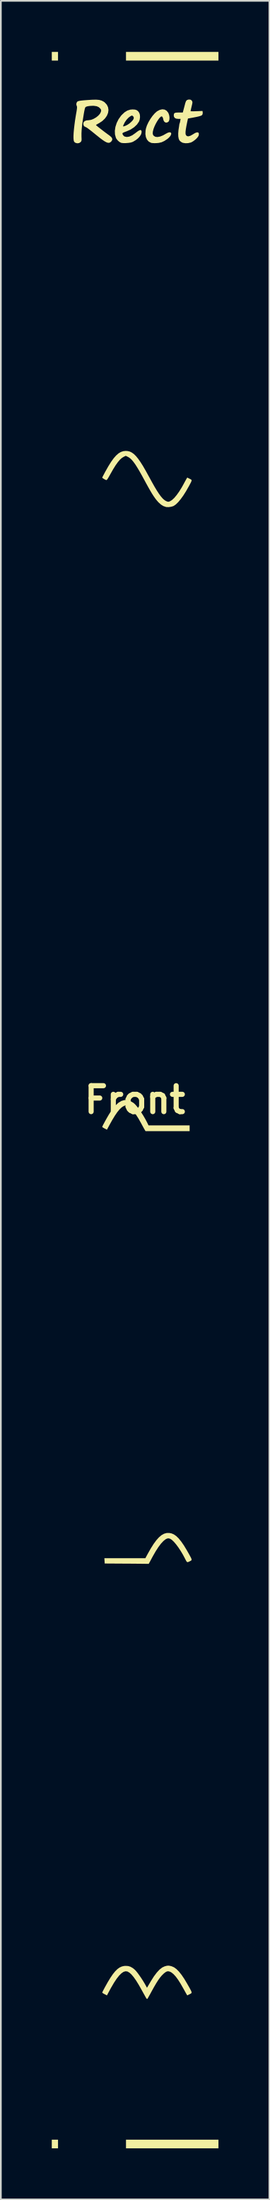
<source format=kicad_pcb>
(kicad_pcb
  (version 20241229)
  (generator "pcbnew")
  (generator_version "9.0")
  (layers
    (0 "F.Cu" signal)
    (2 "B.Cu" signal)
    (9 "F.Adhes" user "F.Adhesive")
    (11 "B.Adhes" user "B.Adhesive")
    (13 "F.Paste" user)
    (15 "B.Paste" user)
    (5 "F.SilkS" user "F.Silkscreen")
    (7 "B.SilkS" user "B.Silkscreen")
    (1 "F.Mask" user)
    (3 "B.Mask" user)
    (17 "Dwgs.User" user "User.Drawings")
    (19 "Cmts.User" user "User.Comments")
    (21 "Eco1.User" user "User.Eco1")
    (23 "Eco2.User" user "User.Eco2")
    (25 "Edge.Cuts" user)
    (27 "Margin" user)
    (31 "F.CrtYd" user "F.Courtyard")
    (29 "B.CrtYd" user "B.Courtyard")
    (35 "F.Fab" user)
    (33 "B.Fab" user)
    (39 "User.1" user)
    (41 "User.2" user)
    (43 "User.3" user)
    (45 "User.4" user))
  (footprint "Front"
    (layer "F.Cu")
    (at 4.893 61.565)
    (property "Reference" "Front" (at 0 0 0) (layer "F.SilkS") (effects (font (size 1.524 1.524) (thickness 0.3))))
    (attr board_only exclude_from_pos_files exclude_from_bom)
    (fp_poly (pts (xy -4.526 -61.056) (xy -4.893 -61.056) (xy -4.893 -61.565) (xy -4.526 -61.565)) (stroke (width 0) (type solid)) (fill yes) (layer "F.SilkS"))
    (fp_poly (pts (xy -4.526 61.593) (xy -4.893 61.593) (xy -4.893 61.084) (xy -4.526 61.084)) (stroke (width 0) (type solid)) (fill yes) (layer "F.SilkS"))
    (fp_poly (pts (xy 4.922 -61.056) (xy -0.523 -61.056) (xy -0.523 -61.565) (xy 4.922 -61.565)) (stroke (width 0) (type solid)) (fill yes) (layer "F.SilkS"))
    (fp_poly (pts (xy 4.922 61.593) (xy -0.523 61.593) (xy -0.523 61.084) (xy 4.922 61.084)) (stroke (width 0) (type solid)) (fill yes) (layer "F.SilkS"))
    (fp_poly (pts (xy -0.443 0.013) (xy -0.264 0.069) (xy -0.082 0.177) (xy -0.063 0.192) (xy 0.027 0.275) (xy 0.135 0.401) (xy 0.254 0.559) (xy 0.379 0.741) (xy 0.503 0.936) (xy 0.62 1.137) (xy 0.724 1.334) (xy 0.726 1.34) (xy 0.804 1.497) (xy 3.224 1.497) (xy 3.224 1.836) (xy 0.627 1.836) (xy 0.572 1.745) (xy 0.535 1.68) (xy 0.48 1.581) (xy 0.417 1.465) (xy 0.382 1.399) (xy 0.21 1.094) (xy 0.046 0.839) (xy -0.11 0.633) (xy -0.255 0.478) (xy -0.39 0.376) (xy -0.444 0.349) (xy -0.509 0.326) (xy -0.562 0.326) (xy -0.628 0.35) (xy -0.667 0.368) (xy -0.781 0.442) (xy -0.902 0.558) (xy -1.034 0.718) (xy -1.177 0.926) (xy -1.333 1.183) (xy -1.497 1.476) (xy -1.645 1.751) (xy -1.784 1.68) (xy -1.861 1.637) (xy -1.911 1.602) (xy -1.923 1.586) (xy -1.91 1.55) (xy -1.874 1.475) (xy -1.819 1.371) (xy -1.753 1.248) (xy -1.679 1.115) (xy -1.603 0.983) (xy -1.532 0.861) (xy -1.506 0.819) (xy -1.325 0.547) (xy -1.146 0.331) (xy -0.97 0.169) (xy -0.795 0.063) (xy -0.619 0.011)) (stroke (width 0) (type solid)) (fill yes) (layer "F.SilkS"))
    (fp_poly (pts (xy 1.752 -58.177) (xy 1.869 -58.11) (xy 1.962 -57.996) (xy 1.972 -57.979) (xy 2.016 -57.86) (xy 2.038 -57.731) (xy 2.035 -57.608) (xy 2.008 -57.509) (xy 1.98 -57.468) (xy 1.897 -57.417) (xy 1.812 -57.415) (xy 1.738 -57.458) (xy 1.688 -57.542) (xy 1.68 -57.574) (xy 1.649 -57.696) (xy 1.608 -57.764) (xy 1.571 -57.779) (xy 1.519 -57.754) (xy 1.452 -57.687) (xy 1.375 -57.586) (xy 1.296 -57.463) (xy 1.22 -57.325) (xy 1.153 -57.183) (xy 1.101 -57.047) (xy 1.092 -57.018) (xy 1.057 -56.876) (xy 1.05 -56.771) (xy 1.071 -56.692) (xy 1.116 -56.633) (xy 1.21 -56.578) (xy 1.335 -56.566) (xy 1.486 -56.594) (xy 1.658 -56.663) (xy 1.823 -56.757) (xy 1.948 -56.822) (xy 2.044 -56.845) (xy 2.108 -56.831) (xy 2.139 -56.787) (xy 2.135 -56.719) (xy 2.093 -56.633) (xy 2.012 -56.536) (xy 1.915 -56.452) (xy 1.741 -56.336) (xy 1.578 -56.26) (xy 1.406 -56.219) (xy 1.259 -56.206) (xy 1.141 -56.205) (xy 1.037 -56.21) (xy 0.966 -56.22) (xy 0.959 -56.222) (xy 0.819 -56.295) (xy 0.715 -56.409) (xy 0.648 -56.559) (xy 0.619 -56.742) (xy 0.63 -56.953) (xy 0.653 -57.072) (xy 0.709 -57.245) (xy 0.798 -57.434) (xy 0.911 -57.626) (xy 1.038 -57.805) (xy 1.171 -57.958) (xy 1.3 -58.072) (xy 1.309 -58.078) (xy 1.466 -58.161) (xy 1.615 -58.194)) (stroke (width 0) (type solid)) (fill yes) (layer "F.SilkS"))
    (fp_poly (pts (xy 2.162 25.469) (xy 2.298 25.527) (xy 2.436 25.623) (xy 2.578 25.761) (xy 2.727 25.943) (xy 2.886 26.172) (xy 3.056 26.452) (xy 3.125 26.573) (xy 3.215 26.733) (xy 3.28 26.852) (xy 3.321 26.936) (xy 3.34 26.994) (xy 3.337 27.032) (xy 3.315 27.06) (xy 3.275 27.084) (xy 3.226 27.108) (xy 3.153 27.144) (xy 3.102 27.157) (xy 3.064 27.141) (xy 3.025 27.089) (xy 2.976 26.995) (xy 2.957 26.958) (xy 2.829 26.717) (xy 2.693 26.49) (xy 2.554 26.282) (xy 2.418 26.101) (xy 2.29 25.953) (xy 2.174 25.844) (xy 2.086 25.787) (xy 1.993 25.758) (xy 1.904 25.767) (xy 1.806 25.815) (xy 1.691 25.907) (xy 1.669 25.927) (xy 1.533 26.073) (xy 1.385 26.271) (xy 1.225 26.518) (xy 1.056 26.813) (xy 0.991 26.933) (xy 0.926 27.054) (xy 0.871 27.155) (xy 0.832 27.226) (xy 0.812 27.257) (xy 0.811 27.258) (xy 0.782 27.256) (xy 0.703 27.255) (xy 0.579 27.253) (xy 0.414 27.251) (xy 0.216 27.249) (xy -0.011 27.247) (xy -0.26 27.245) (xy -0.485 27.244) (xy -1.777 27.236) (xy -1.786 27.081) (xy -1.796 26.926) (xy -0.589 26.926) (xy 0.617 26.926) (xy 0.749 26.681) (xy 0.932 26.358) (xy 1.103 26.087) (xy 1.265 25.867) (xy 1.421 25.694) (xy 1.572 25.568) (xy 1.722 25.485) (xy 1.873 25.444) (xy 2.027 25.442)) (stroke (width 0) (type solid)) (fill yes) (layer "F.SilkS"))
    (fp_poly (pts (xy 0.013 -58.176) (xy 0.125 -58.135) (xy 0.21 -58.058) (xy 0.263 -57.974) (xy 0.296 -57.865) (xy 0.303 -57.73) (xy 0.284 -57.589) (xy 0.242 -57.471) (xy 0.123 -57.298) (xy -0.043 -57.142) (xy -0.247 -57.007) (xy -0.481 -56.902) (xy -0.513 -56.891) (xy -0.613 -56.854) (xy -0.69 -56.819) (xy -0.729 -56.792) (xy -0.731 -56.789) (xy -0.725 -56.73) (xy -0.685 -56.662) (xy -0.624 -56.606) (xy -0.604 -56.595) (xy -0.476 -56.568) (xy -0.329 -56.59) (xy -0.167 -56.661) (xy 0.005 -56.778) (xy 0.011 -56.783) (xy 0.149 -56.888) (xy 0.251 -56.953) (xy 0.324 -56.978) (xy 0.369 -56.963) (xy 0.392 -56.91) (xy 0.396 -56.847) (xy 0.37 -56.736) (xy 0.299 -56.615) (xy 0.192 -56.495) (xy 0.055 -56.385) (xy -0.102 -56.292) (xy -0.156 -56.268) (xy -0.254 -56.239) (xy -0.386 -56.219) (xy -0.531 -56.208) (xy -0.67 -56.207) (xy -0.781 -56.218) (xy -0.811 -56.226) (xy -0.911 -56.278) (xy -1.01 -56.365) (xy -1.091 -56.467) (xy -1.119 -56.522) (xy -1.172 -56.717) (xy -1.18 -56.933) (xy -1.146 -57.161) (xy -1.132 -57.204) (xy -0.695 -57.204) (xy -0.682 -57.188) (xy -0.63 -57.198) (xy -0.558 -57.224) (xy -0.467 -57.268) (xy -0.428 -57.289) (xy -0.316 -57.366) (xy -0.211 -57.457) (xy -0.126 -57.55) (xy -0.075 -57.632) (xy -0.068 -57.653) (xy -0.068 -57.729) (xy -0.106 -57.784) (xy -0.15 -57.82) (xy -0.19 -57.822) (xy -0.246 -57.797) (xy -0.367 -57.711) (xy -0.487 -57.585) (xy -0.593 -57.433) (xy -0.673 -57.271) (xy -0.678 -57.26) (xy -0.695 -57.204) (xy -1.132 -57.204) (xy -1.072 -57.39) (xy -0.962 -57.611) (xy -0.817 -57.814) (xy -0.773 -57.864) (xy -0.609 -58.017) (xy -0.446 -58.119) (xy -0.275 -58.173) (xy -0.138 -58.186)) (stroke (width 0) (type solid)) (fill yes) (layer "F.SilkS"))
    (fp_poly (pts (xy 3.281 -58.758) (xy 3.335 -58.722) (xy 3.356 -58.694) (xy 3.378 -58.657) (xy 3.388 -58.618) (xy 3.386 -58.565) (xy 3.371 -58.485) (xy 3.342 -58.363) (xy 3.342 -58.362) (xy 3.315 -58.248) (xy 3.294 -58.155) (xy 3.282 -58.098) (xy 3.281 -58.085) (xy 3.307 -58.08) (xy 3.38 -58.077) (xy 3.487 -58.078) (xy 3.618 -58.082) (xy 3.631 -58.082) (xy 3.98 -58.097) (xy 3.994 -58.024) (xy 3.993 -57.941) (xy 3.976 -57.885) (xy 3.953 -57.854) (xy 3.914 -57.827) (xy 3.849 -57.801) (xy 3.753 -57.774) (xy 3.618 -57.744) (xy 3.436 -57.709) (xy 3.394 -57.701) (xy 3.126 -57.652) (xy 3.077 -57.425) (xy 3.031 -57.196) (xy 3 -57.015) (xy 2.984 -56.876) (xy 2.983 -56.774) (xy 2.996 -56.703) (xy 3.003 -56.687) (xy 3.061 -56.622) (xy 3.148 -56.605) (xy 3.263 -56.636) (xy 3.404 -56.714) (xy 3.427 -56.73) (xy 3.555 -56.805) (xy 3.656 -56.839) (xy 3.728 -56.832) (xy 3.765 -56.784) (xy 3.766 -56.697) (xy 3.758 -56.658) (xy 3.716 -56.578) (xy 3.637 -56.485) (xy 3.535 -56.392) (xy 3.423 -56.31) (xy 3.316 -56.251) (xy 3.291 -56.242) (xy 3.134 -56.206) (xy 2.974 -56.2) (xy 2.833 -56.223) (xy 2.774 -56.246) (xy 2.693 -56.3) (xy 2.627 -56.364) (xy 2.623 -56.369) (xy 2.581 -56.464) (xy 2.556 -56.602) (xy 2.552 -56.772) (xy 2.567 -56.964) (xy 2.575 -57.021) (xy 2.593 -57.134) (xy 2.607 -57.23) (xy 2.615 -57.29) (xy 2.616 -57.299) (xy 2.629 -57.356) (xy 2.636 -57.369) (xy 2.65 -57.413) (xy 2.667 -57.488) (xy 2.672 -57.515) (xy 2.691 -57.632) (xy 2.564 -57.63) (xy 2.43 -57.645) (xy 2.341 -57.694) (xy 2.296 -57.777) (xy 2.291 -57.83) (xy 2.297 -57.908) (xy 2.321 -57.959) (xy 2.373 -57.988) (xy 2.463 -58.002) (xy 2.591 -58.005) (xy 2.822 -58.005) (xy 2.88 -58.224) (xy 2.913 -58.347) (xy 2.944 -58.465) (xy 2.967 -58.556) (xy 2.969 -58.561) (xy 3.01 -58.673) (xy 3.068 -58.738) (xy 3.153 -58.765) (xy 3.198 -58.768)) (stroke (width 0) (type solid)) (fill yes) (layer "F.SilkS"))
    (fp_poly (pts (xy 2.053 50.869) (xy 2.167 50.898) (xy 2.172 50.9) (xy 2.309 50.96) (xy 2.449 51.062) (xy 2.595 51.208) (xy 2.749 51.401) (xy 2.913 51.642) (xy 3.088 51.936) (xy 3.125 52.001) (xy 3.216 52.161) (xy 3.28 52.28) (xy 3.321 52.364) (xy 3.34 52.422) (xy 3.337 52.461) (xy 3.315 52.488) (xy 3.274 52.513) (xy 3.224 52.538) (xy 3.085 52.608) (xy 3.046 52.545) (xy 3.017 52.495) (xy 2.968 52.408) (xy 2.907 52.298) (xy 2.847 52.191) (xy 2.685 51.909) (xy 2.538 51.679) (xy 2.402 51.496) (xy 2.275 51.359) (xy 2.156 51.263) (xy 2.085 51.224) (xy 1.992 51.193) (xy 1.908 51.194) (xy 1.821 51.232) (xy 1.718 51.31) (xy 1.679 51.346) (xy 1.58 51.444) (xy 1.481 51.563) (xy 1.376 51.709) (xy 1.262 51.887) (xy 1.134 52.105) (xy 0.998 52.349) (xy 0.919 52.494) (xy 0.848 52.621) (xy 0.79 52.723) (xy 0.751 52.791) (xy 0.734 52.816) (xy 0.706 52.813) (xy 0.67 52.774) (xy 0.642 52.727) (xy 0.594 52.641) (xy 0.529 52.524) (xy 0.453 52.388) (xy 0.397 52.286) (xy 0.226 51.984) (xy 0.071 51.734) (xy -0.071 51.534) (xy -0.2 51.381) (xy -0.318 51.274) (xy -0.427 51.21) (xy -0.447 51.202) (xy -0.554 51.191) (xy -0.669 51.226) (xy -0.793 51.311) (xy -0.927 51.444) (xy -1.073 51.629) (xy -1.23 51.865) (xy -1.4 52.154) (xy -1.503 52.341) (xy -1.645 52.607) (xy -1.784 52.536) (xy -1.861 52.494) (xy -1.911 52.458) (xy -1.923 52.442) (xy -1.911 52.41) (xy -1.876 52.338) (xy -1.824 52.239) (xy -1.766 52.13) (xy -1.595 51.825) (xy -1.439 51.569) (xy -1.295 51.359) (xy -1.16 51.192) (xy -1.031 51.064) (xy -0.903 50.972) (xy -0.774 50.912) (xy -0.64 50.88) (xy -0.537 50.874) (xy -0.39 50.884) (xy -0.261 50.924) (xy -0.131 50.998) (xy -0.01 51.094) (xy 0.061 51.167) (xy 0.152 51.278) (xy 0.255 51.418) (xy 0.365 51.576) (xy 0.472 51.74) (xy 0.57 51.902) (xy 0.607 51.967) (xy 0.713 52.159) (xy 0.944 51.769) (xy 1.119 51.493) (xy 1.29 51.266) (xy 1.453 51.091) (xy 1.609 50.969) (xy 1.752 50.902) (xy 1.871 50.87) (xy 1.963 50.859)) (stroke (width 0) (type solid)) (fill yes) (layer "F.SilkS"))
    (fp_poly (pts (xy -0.412 -38.115) (xy -0.292 -38.084) (xy -0.175 -38.026) (xy -0.058 -37.941) (xy 0.063 -37.823) (xy 0.189 -37.67) (xy 0.325 -37.478) (xy 0.473 -37.245) (xy 0.635 -36.966) (xy 0.816 -36.638) (xy 0.836 -36.603) (xy 1.009 -36.287) (xy 1.161 -36.018) (xy 1.296 -35.794) (xy 1.416 -35.61) (xy 1.524 -35.462) (xy 1.622 -35.347) (xy 1.713 -35.261) (xy 1.8 -35.199) (xy 1.851 -35.173) (xy 1.928 -35.143) (xy 1.986 -35.139) (xy 2.052 -35.16) (xy 2.063 -35.165) (xy 2.183 -35.238) (xy 2.317 -35.361) (xy 2.46 -35.531) (xy 2.612 -35.744) (xy 2.768 -35.996) (xy 2.876 -36.191) (xy 2.937 -36.303) (xy 2.992 -36.403) (xy 3.032 -36.475) (xy 3.045 -36.497) (xy 3.085 -36.56) (xy 3.224 -36.49) (xy 3.283 -36.46) (xy 3.322 -36.436) (xy 3.34 -36.406) (xy 3.337 -36.364) (xy 3.311 -36.299) (xy 3.262 -36.203) (xy 3.189 -36.067) (xy 3.174 -36.04) (xy 3.011 -35.754) (xy 2.85 -35.5) (xy 2.692 -35.283) (xy 2.543 -35.106) (xy 2.404 -34.974) (xy 2.279 -34.891) (xy 2.256 -34.88) (xy 2.132 -34.844) (xy 1.994 -34.824) (xy 1.868 -34.826) (xy 1.824 -34.834) (xy 1.676 -34.886) (xy 1.54 -34.97) (xy 1.402 -35.093) (xy 1.354 -35.144) (xy 1.27 -35.241) (xy 1.186 -35.35) (xy 1.098 -35.477) (xy 1.001 -35.628) (xy 0.893 -35.811) (xy 0.769 -36.03) (xy 0.625 -36.291) (xy 0.577 -36.381) (xy 0.409 -36.688) (xy 0.262 -36.948) (xy 0.132 -37.164) (xy 0.018 -37.342) (xy -0.086 -37.484) (xy -0.18 -37.596) (xy -0.268 -37.681) (xy -0.354 -37.744) (xy -0.41 -37.775) (xy -0.537 -37.837) (xy -0.664 -37.775) (xy -0.772 -37.707) (xy -0.885 -37.604) (xy -1.006 -37.461) (xy -1.138 -37.276) (xy -1.282 -37.045) (xy -1.442 -36.764) (xy -1.456 -36.739) (xy -1.536 -36.597) (xy -1.595 -36.499) (xy -1.638 -36.44) (xy -1.67 -36.414) (xy -1.692 -36.412) (xy -1.758 -36.442) (xy -1.83 -36.483) (xy -1.891 -36.523) (xy -1.922 -36.552) (xy -1.923 -36.556) (xy -1.911 -36.586) (xy -1.875 -36.657) (xy -1.822 -36.758) (xy -1.757 -36.88) (xy -1.73 -36.929) (xy -1.556 -37.235) (xy -1.396 -37.49) (xy -1.245 -37.698) (xy -1.102 -37.86) (xy -0.963 -37.981) (xy -0.824 -38.063) (xy -0.683 -38.11) (xy -0.537 -38.125)) (stroke (width 0) (type solid)) (fill yes) (layer "F.SilkS"))
    (fp_poly (pts (xy -2.102 -58.745) (xy -1.955 -58.704) (xy -1.829 -58.638) (xy -1.771 -58.594) (xy -1.65 -58.462) (xy -1.579 -58.313) (xy -1.555 -58.152) (xy -1.578 -57.986) (xy -1.645 -57.82) (xy -1.755 -57.661) (xy -1.907 -57.514) (xy -2.097 -57.386) (xy -2.134 -57.366) (xy -2.215 -57.321) (xy -2.272 -57.286) (xy -2.291 -57.269) (xy -2.27 -57.246) (xy -2.211 -57.197) (xy -2.124 -57.127) (xy -2.017 -57.043) (xy -1.898 -56.951) (xy -1.776 -56.858) (xy -1.658 -56.771) (xy -1.554 -56.695) (xy -1.499 -56.656) (xy -1.389 -56.563) (xy -1.334 -56.476) (xy -1.334 -56.39) (xy -1.388 -56.305) (xy -1.397 -56.296) (xy -1.453 -56.25) (xy -1.514 -56.226) (xy -1.583 -56.226) (xy -1.668 -56.252) (xy -1.772 -56.307) (xy -1.901 -56.393) (xy -2.06 -56.511) (xy -2.253 -56.666) (xy -2.314 -56.715) (xy -2.456 -56.83) (xy -2.588 -56.935) (xy -2.702 -57.023) (xy -2.79 -57.088) (xy -2.844 -57.124) (xy -2.851 -57.128) (xy -2.921 -57.161) (xy -2.968 -57.184) (xy -3.011 -57.232) (xy -3.034 -57.31) (xy -3.032 -57.393) (xy -3.022 -57.425) (xy -2.958 -57.499) (xy -2.85 -57.541) (xy -2.722 -57.553) (xy -2.584 -57.574) (xy -2.436 -57.63) (xy -2.29 -57.714) (xy -2.161 -57.816) (xy -2.061 -57.927) (xy -2.004 -58.036) (xy -1.986 -58.114) (xy -1.992 -58.168) (xy -2.027 -58.225) (xy -2.122 -58.317) (xy -2.248 -58.374) (xy -2.413 -58.398) (xy -2.475 -58.4) (xy -2.64 -58.392) (xy -2.775 -58.374) (xy -2.871 -58.345) (xy -2.917 -58.31) (xy -2.937 -58.263) (xy -2.959 -58.18) (xy -2.985 -58.057) (xy -3.014 -57.889) (xy -3.049 -57.671) (xy -3.07 -57.538) (xy -3.109 -57.25) (xy -3.134 -57.002) (xy -3.145 -56.781) (xy -3.144 -56.574) (xy -3.14 -56.5) (xy -3.138 -56.4) (xy -3.15 -56.335) (xy -3.18 -56.285) (xy -3.197 -56.266) (xy -3.284 -56.211) (xy -3.391 -56.196) (xy -3.496 -56.223) (xy -3.538 -56.25) (xy -3.575 -56.289) (xy -3.598 -56.343) (xy -3.61 -56.428) (xy -3.615 -56.497) (xy -3.615 -56.633) (xy -3.606 -56.814) (xy -3.587 -57.029) (xy -3.56 -57.267) (xy -3.527 -57.519) (xy -3.487 -57.772) (xy -3.462 -57.918) (xy -3.432 -58.09) (xy -3.414 -58.215) (xy -3.407 -58.3) (xy -3.41 -58.354) (xy -3.419 -58.377) (xy -3.448 -58.467) (xy -3.44 -58.563) (xy -3.396 -58.639) (xy -3.394 -58.641) (xy -3.362 -58.661) (xy -3.314 -58.679) (xy -3.242 -58.694) (xy -3.139 -58.708) (xy -3.001 -58.722) (xy -2.821 -58.736) (xy -2.592 -58.751) (xy -2.503 -58.756) (xy -2.281 -58.761)) (stroke (width 0) (type solid)) (fill yes) (layer "F.SilkS")))
  (gr_rect
    (start -3 -3)
    (end 12.815 126.158)
    (stroke (width 0.1) (type default))
    (fill no)
    (layer "Edge.Cuts")))
</source>
